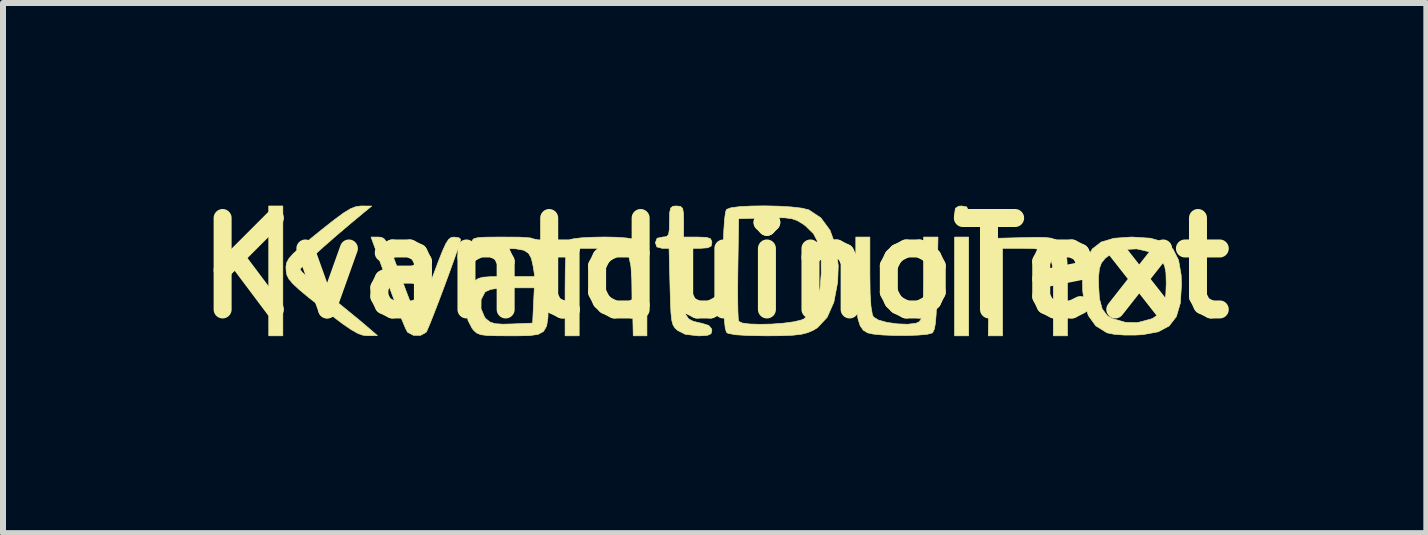
<source format=kicad_pcb>
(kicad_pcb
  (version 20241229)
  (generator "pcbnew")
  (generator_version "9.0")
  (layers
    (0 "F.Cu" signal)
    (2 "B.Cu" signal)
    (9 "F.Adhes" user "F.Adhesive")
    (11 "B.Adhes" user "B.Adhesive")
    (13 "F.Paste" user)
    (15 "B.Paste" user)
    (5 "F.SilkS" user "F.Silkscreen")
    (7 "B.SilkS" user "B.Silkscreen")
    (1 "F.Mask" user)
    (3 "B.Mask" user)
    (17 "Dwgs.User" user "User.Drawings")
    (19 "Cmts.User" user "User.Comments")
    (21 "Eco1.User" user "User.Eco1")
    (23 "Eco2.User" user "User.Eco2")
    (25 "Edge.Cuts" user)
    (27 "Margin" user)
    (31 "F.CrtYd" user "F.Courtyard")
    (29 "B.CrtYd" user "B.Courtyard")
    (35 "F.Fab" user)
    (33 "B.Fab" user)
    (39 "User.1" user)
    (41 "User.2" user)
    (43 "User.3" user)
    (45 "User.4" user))
  (footprint "KvantduinoText"
    (layer "F.Cu")
    (at 8.861 1.418)
    (property "Reference" "KvantduinoText" (at 0 0 0) (layer "F.SilkS") (effects (font (size 1.524 1.524) (thickness 0.3))))
    (attr through_hole)
    (fp_poly (pts (xy -7.197 1.129) (xy -7.432 1.129) (xy -7.432 -1.035) (xy -7.197 -1.035) (xy -7.197 1.129)) (stroke (width 0.01) (type solid)) (fill yes) (layer "F.SilkS"))
    (fp_poly (pts (xy 4.233 1.129) (xy 3.998 1.129) (xy 3.998 -0.517) (xy 4.233 -0.517) (xy 4.233 1.129)) (stroke (width 0.01) (type solid)) (fill yes) (layer "F.SilkS"))
    (fp_poly (pts (xy 4.2 -1.02) (xy 4.231 -0.955) (xy 4.233 -0.894) (xy 4.221 -0.793) (xy 4.167 -0.756) (xy 4.116 -0.753) (xy 4.032 -0.768) (xy 4.001 -0.832) (xy 3.998 -0.894) (xy 4.011 -0.995) (xy 4.065 -1.031) (xy 4.116 -1.035) (xy 4.2 -1.02)) (stroke (width 0.01) (type solid)) (fill yes) (layer "F.SilkS"))
    (fp_poly (pts (xy 5.504 -0.51) (xy 5.607 -0.499) (xy 5.676 -0.475) (xy 5.73 -0.435) (xy 5.763 -0.403) (xy 5.808 -0.355) (xy 5.839 -0.304) (xy 5.86 -0.232) (xy 5.872 -0.126) (xy 5.878 0.034) (xy 5.88 0.262) (xy 5.88 0.421) (xy 5.88 1.129) (xy 5.644 1.129) (xy 5.644 0.473) (xy 5.642 0.181) (xy 5.63 -0.029) (xy 5.6 -0.172) (xy 5.542 -0.261) (xy 5.449 -0.308) (xy 5.311 -0.326) (xy 5.12 -0.329) (xy 5.117 -0.329) (xy 4.798 -0.329) (xy 4.798 1.129) (xy 4.56 1.129) (xy 4.586 -0.494) (xy 5.116 -0.507) (xy 5.347 -0.512) (xy 5.504 -0.51)) (stroke (width 0.01) (type solid)) (fill yes) (layer "F.SilkS"))
    (fp_poly (pts (xy -1.634 -0.514) (xy -1.463 -0.501) (xy -1.345 -0.481) (xy -1.319 -0.471) (xy -1.246 -0.407) (xy -1.193 -0.296) (xy -1.158 -0.127) (xy -1.137 0.111) (xy -1.129 0.43) (xy -1.129 0.501) (xy -1.129 1.129) (xy -1.357 1.129) (xy -1.372 0.466) (xy -1.38 0.176) (xy -1.396 -0.033) (xy -1.426 -0.175) (xy -1.482 -0.262) (xy -1.572 -0.308) (xy -1.704 -0.326) (xy -1.889 -0.329) (xy -1.914 -0.329) (xy -2.258 -0.329) (xy -2.258 1.129) (xy -2.493 1.129) (xy -2.493 0.362) (xy -2.49 0.032) (xy -2.481 -0.21) (xy -2.466 -0.369) (xy -2.443 -0.452) (xy -2.437 -0.461) (xy -2.366 -0.486) (xy -2.225 -0.504) (xy -2.04 -0.514) (xy -1.835 -0.518) (xy -1.634 -0.514)) (stroke (width 0.01) (type solid)) (fill yes) (layer "F.SilkS"))
    (fp_poly (pts (xy 2.587 0.109) (xy 2.591 0.419) (xy 2.605 0.639) (xy 2.628 0.774) (xy 2.646 0.815) (xy 2.729 0.866) (xy 2.873 0.906) (xy 3.047 0.93) (xy 3.218 0.936) (xy 3.354 0.92) (xy 3.409 0.895) (xy 3.438 0.854) (xy 3.459 0.777) (xy 3.472 0.651) (xy 3.478 0.462) (xy 3.481 0.194) (xy 3.481 0.159) (xy 3.481 -0.517) (xy 3.722 -0.517) (xy 3.707 0.261) (xy 3.7 0.56) (xy 3.691 0.778) (xy 3.678 0.927) (xy 3.66 1.02) (xy 3.636 1.07) (xy 3.622 1.083) (xy 3.541 1.104) (xy 3.392 1.117) (xy 3.201 1.124) (xy 2.995 1.123) (xy 2.8 1.115) (xy 2.642 1.1) (xy 2.551 1.08) (xy 2.478 1.036) (xy 2.425 0.961) (xy 2.388 0.843) (xy 2.366 0.669) (xy 2.355 0.425) (xy 2.352 0.138) (xy 2.352 -0.517) (xy 2.587 -0.517) (xy 2.587 0.109)) (stroke (width 0.01) (type solid)) (fill yes) (layer "F.SilkS"))
    (fp_poly (pts (xy -5.715 -1.034) (xy -5.844 -0.929) (xy -6.077 -0.735) (xy -6.302 -0.544) (xy -6.507 -0.365) (xy -6.681 -0.208) (xy -6.813 -0.084) (xy -6.892 -0.003) (xy -6.909 0.024) (xy -6.874 0.069) (xy -6.78 0.16) (xy -6.639 0.283) (xy -6.467 0.425) (xy -6.453 0.436) (xy -6.256 0.595) (xy -6.067 0.749) (xy -5.907 0.88) (xy -5.809 0.963) (xy -5.621 1.125) (xy -5.786 1.127) (xy -5.862 1.119) (xy -5.947 1.089) (xy -6.055 1.028) (xy -6.201 0.928) (xy -6.397 0.78) (xy -6.539 0.669) (xy -6.764 0.492) (xy -6.924 0.359) (xy -7.031 0.259) (xy -7.096 0.182) (xy -7.129 0.117) (xy -7.141 0.055) (xy -7.145 -0.022) (xy -7.134 -0.088) (xy -7.097 -0.157) (xy -7.025 -0.239) (xy -6.907 -0.346) (xy -6.734 -0.49) (xy -6.545 -0.643) (xy -6.337 -0.807) (xy -6.183 -0.92) (xy -6.069 -0.989) (xy -5.979 -1.024) (xy -5.896 -1.035) (xy -5.886 -1.035) (xy -5.715 -1.034)) (stroke (width 0.01) (type solid)) (fill yes) (layer "F.SilkS"))
    (fp_poly (pts (xy -5.553 -0.512) (xy -5.51 -0.489) (xy -5.468 -0.434) (xy -5.418 -0.334) (xy -5.353 -0.178) (xy -5.267 0.05) (xy -5.224 0.165) (xy -5.137 0.398) (xy -5.061 0.596) (xy -5.003 0.742) (xy -4.968 0.824) (xy -4.961 0.835) (xy -4.942 0.789) (xy -4.896 0.671) (xy -4.83 0.494) (xy -4.749 0.277) (xy -4.704 0.153) (xy -4.607 -0.105) (xy -4.535 -0.288) (xy -4.48 -0.407) (xy -4.435 -0.477) (xy -4.393 -0.509) (xy -4.347 -0.517) (xy -4.345 -0.517) (xy -4.26 -0.504) (xy -4.233 -0.479) (xy -4.249 -0.417) (xy -4.293 -0.285) (xy -4.357 -0.103) (xy -4.435 0.113) (xy -4.52 0.343) (xy -4.605 0.569) (xy -4.684 0.773) (xy -4.749 0.937) (xy -4.794 1.042) (xy -4.809 1.07) (xy -4.901 1.121) (xy -5.02 1.121) (xy -5.116 1.071) (xy -5.119 1.068) (xy -5.152 1.005) (xy -5.209 0.869) (xy -5.286 0.677) (xy -5.375 0.443) (xy -5.449 0.244) (xy -5.727 -0.517) (xy -5.602 -0.517) (xy -5.553 -0.512)) (stroke (width 0.01) (type solid)) (fill yes) (layer "F.SilkS"))
    (fp_poly (pts (xy -0.568 -1.028) (xy -0.533 -0.993) (xy -0.519 -0.905) (xy -0.517 -0.776) (xy -0.517 -0.517) (xy -0.282 -0.517) (xy -0.141 -0.512) (xy -0.071 -0.491) (xy -0.048 -0.445) (xy -0.047 -0.423) (xy -0.059 -0.367) (xy -0.112 -0.339) (xy -0.228 -0.33) (xy -0.282 -0.329) (xy -0.517 -0.329) (xy -0.517 0.229) (xy -0.516 0.485) (xy -0.506 0.662) (xy -0.481 0.777) (xy -0.434 0.847) (xy -0.358 0.887) (xy -0.246 0.914) (xy -0.223 0.918) (xy -0.099 0.956) (xy -0.05 1.015) (xy -0.047 1.04) (xy -0.061 1.094) (xy -0.12 1.121) (xy -0.245 1.129) (xy -0.277 1.129) (xy -0.489 1.104) (xy -0.618 1.039) (xy -0.663 0.998) (xy -0.694 0.947) (xy -0.715 0.871) (xy -0.728 0.751) (xy -0.737 0.572) (xy -0.744 0.316) (xy -0.744 0.31) (xy -0.76 -0.329) (xy -0.874 -0.329) (xy -0.964 -0.353) (xy -0.988 -0.423) (xy -0.96 -0.497) (xy -0.87 -0.517) (xy -0.803 -0.524) (xy -0.768 -0.56) (xy -0.755 -0.647) (xy -0.753 -0.776) (xy -0.75 -0.924) (xy -0.733 -1.001) (xy -0.694 -1.031) (xy -0.635 -1.035) (xy -0.568 -1.028)) (stroke (width 0.01) (type solid)) (fill yes) (layer "F.SilkS"))
    (fp_poly (pts (xy 7.262 -0.498) (xy 7.484 -0.434) (xy 7.638 -0.316) (xy 7.731 -0.135) (xy 7.775 0.116) (xy 7.78 0.282) (xy 7.761 0.584) (xy 7.695 0.808) (xy 7.574 0.965) (xy 7.392 1.062) (xy 7.138 1.109) (xy 7.017 1.116) (xy 6.825 1.116) (xy 6.657 1.103) (xy 6.545 1.081) (xy 6.538 1.078) (xy 6.352 0.963) (xy 6.228 0.791) (xy 6.159 0.576) (xy 6.134 0.377) (xy 6.132 0.254) (xy 6.397 0.254) (xy 6.412 0.507) (xy 6.459 0.682) (xy 6.544 0.794) (xy 6.627 0.841) (xy 6.846 0.905) (xy 7.044 0.909) (xy 7.263 0.852) (xy 7.296 0.84) (xy 7.41 0.765) (xy 7.483 0.635) (xy 7.519 0.438) (xy 7.526 0.254) (xy 7.521 0.077) (xy 7.499 -0.038) (xy 7.452 -0.121) (xy 7.414 -0.164) (xy 7.246 -0.271) (xy 7.036 -0.32) (xy 6.815 -0.31) (xy 6.615 -0.242) (xy 6.509 -0.164) (xy 6.446 -0.086) (xy 6.412 0.008) (xy 6.398 0.148) (xy 6.397 0.254) (xy 6.132 0.254) (xy 6.131 0.175) (xy 6.138 0.101) (xy 6.196 -0.144) (xy 6.294 -0.319) (xy 6.442 -0.434) (xy 6.654 -0.497) (xy 6.941 -0.517) (xy 6.961 -0.517) (xy 7.262 -0.498)) (stroke (width 0.01) (type solid)) (fill yes) (layer "F.SilkS"))
    (fp_poly (pts (xy 1.064 -1.032) (xy 1.277 -1.019) (xy 1.452 -0.999) (xy 1.566 -0.971) (xy 1.568 -0.971) (xy 1.77 -0.837) (xy 1.922 -0.631) (xy 2.02 -0.362) (xy 2.06 -0.041) (xy 2.05 0.234) (xy 1.987 0.567) (xy 1.875 0.82) (xy 1.714 0.993) (xy 1.643 1.036) (xy 1.551 1.076) (xy 1.444 1.103) (xy 1.304 1.119) (xy 1.109 1.127) (xy 0.858 1.129) (xy 0.556 1.124) (xy 0.346 1.111) (xy 0.225 1.088) (xy 0.198 1.072) (xy 0.177 1.006) (xy 0.161 0.863) (xy 0.149 0.661) (xy 0.142 0.418) (xy 0.14 0.27) (xy 0.384 0.27) (xy 0.384 0.512) (xy 0.387 0.707) (xy 0.393 0.838) (xy 0.4 0.886) (xy 0.456 0.915) (xy 0.582 0.932) (xy 0.755 0.937) (xy 0.951 0.933) (xy 1.148 0.918) (xy 1.322 0.895) (xy 1.449 0.864) (xy 1.488 0.847) (xy 1.617 0.731) (xy 1.705 0.564) (xy 1.757 0.331) (xy 1.776 0.094) (xy 1.774 -0.191) (xy 1.733 -0.407) (xy 1.648 -0.572) (xy 1.511 -0.706) (xy 1.461 -0.741) (xy 1.374 -0.793) (xy 1.286 -0.823) (xy 1.17 -0.838) (xy 1.002 -0.84) (xy 0.849 -0.836) (xy 0.4 -0.823) (xy 0.387 -0.002) (xy 0.384 0.27) (xy 0.14 0.27) (xy 0.138 0.15) (xy 0.138 -0.124) (xy 0.143 -0.387) (xy 0.152 -0.622) (xy 0.165 -0.811) (xy 0.182 -0.936) (xy 0.198 -0.978) (xy 0.271 -1.005) (xy 0.417 -1.024) (xy 0.612 -1.034) (xy 0.836 -1.037) (xy 1.064 -1.032)) (stroke (width 0.01) (type solid)) (fill yes) (layer "F.SilkS"))
    (fp_poly (pts (xy -3.257 -0.516) (xy -3.072 -0.503) (xy -2.945 -0.465) (xy -2.864 -0.389) (xy -2.818 -0.263) (xy -2.796 -0.073) (xy -2.785 0.193) (xy -2.782 0.305) (xy -2.775 0.602) (xy -2.778 0.817) (xy -2.8 0.964) (xy -2.852 1.055) (xy -2.943 1.105) (xy -3.083 1.125) (xy -3.282 1.129) (xy -3.408 1.129) (xy -3.64 1.128) (xy -3.797 1.123) (xy -3.898 1.11) (xy -3.963 1.084) (xy -4.01 1.044) (xy -4.042 1.005) (xy -4.111 0.873) (xy -4.138 0.692) (xy -4.138 0.677) (xy -3.894 0.677) (xy -3.835 0.817) (xy -3.808 0.849) (xy -3.743 0.9) (xy -3.659 0.927) (xy -3.53 0.935) (xy -3.373 0.931) (xy -3.034 0.917) (xy -3.02 0.623) (xy -3.006 0.329) (xy -3.381 0.329) (xy -3.596 0.335) (xy -3.735 0.355) (xy -3.817 0.392) (xy -3.83 0.403) (xy -3.893 0.526) (xy -3.894 0.677) (xy -4.138 0.677) (xy -4.139 0.635) (xy -4.122 0.437) (xy -4.064 0.296) (xy -4.042 0.265) (xy -3.993 0.209) (xy -3.938 0.173) (xy -3.858 0.152) (xy -3.73 0.143) (xy -3.535 0.141) (xy -3.471 0.141) (xy -2.998 0.141) (xy -3.025 -0.028) (xy -3.054 -0.159) (xy -3.099 -0.245) (xy -3.179 -0.297) (xy -3.311 -0.321) (xy -3.513 -0.329) (xy -3.604 -0.329) (xy -3.81 -0.331) (xy -3.94 -0.338) (xy -4.01 -0.354) (xy -4.04 -0.383) (xy -4.045 -0.423) (xy -4.039 -0.464) (xy -4.011 -0.491) (xy -3.945 -0.507) (xy -3.824 -0.515) (xy -3.633 -0.517) (xy -3.512 -0.517) (xy -3.257 -0.516)) (stroke (width 0.01) (type solid)) (fill yes) (layer "F.SilkS")))
  (gr_rect
    (start -3 -3)
    (end 20.722 5.836)
    (stroke (width 0.1) (type default))
    (fill no)
    (layer "Edge.Cuts")))
</source>
